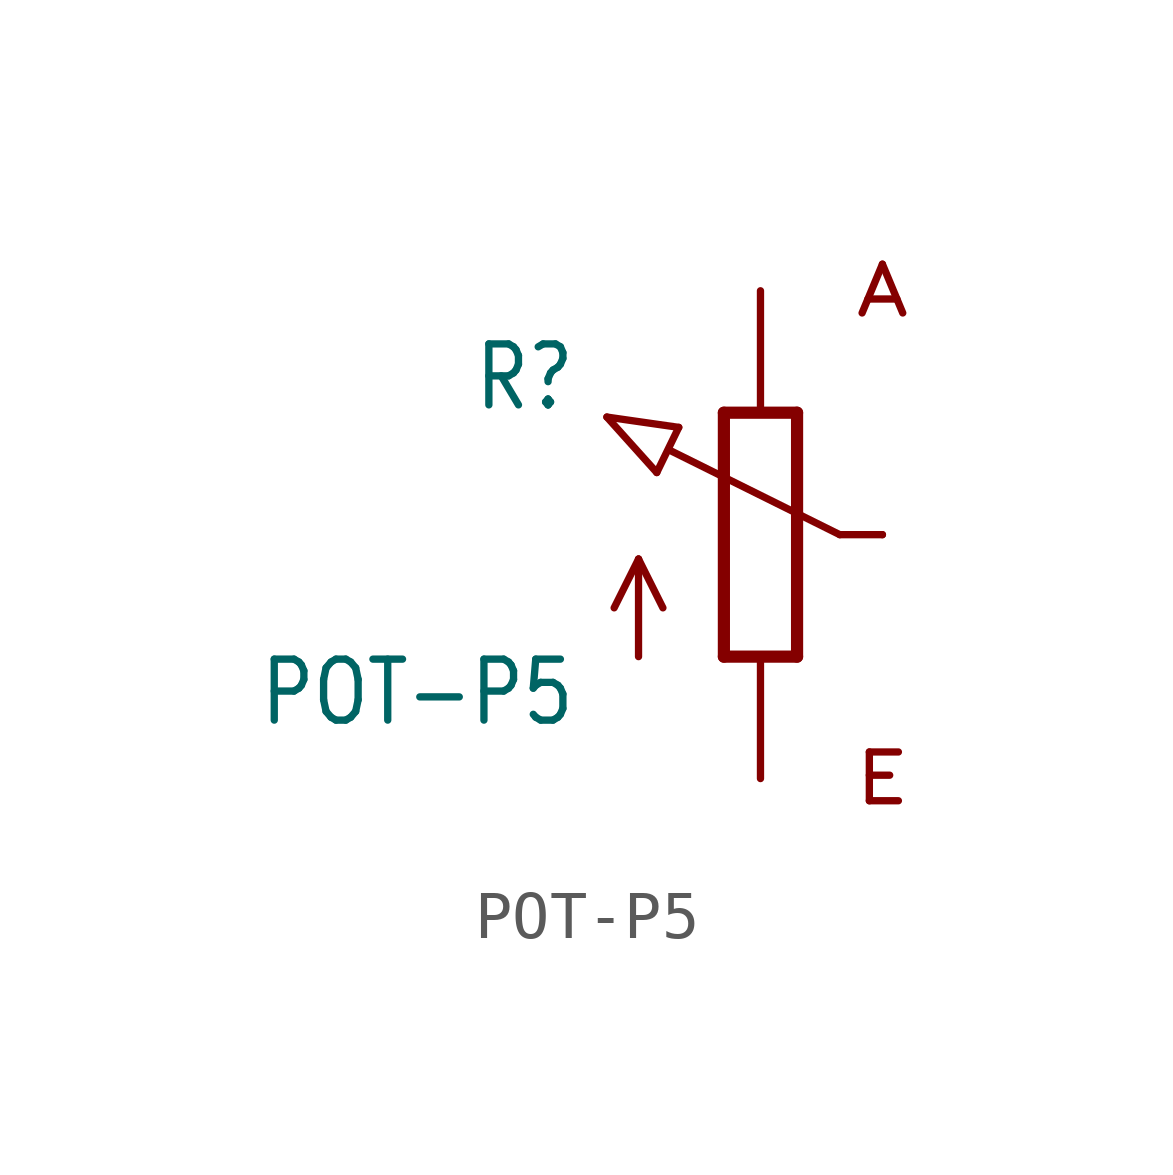
<source format=kicad_sym>
(kicad_symbol_lib
  (version 20201005)
  (generator kicad_symbol_editor)
  (symbol "POT-P5"
    (property "Reference" "R"
      (at -3.81 2.54 0)
      (effects (font (size 1.27 1.079)) (justify right bottom)))
    (property "Value" "POT-P5"
      (at -3.81 -2.54 0)
      (effects (font (size 1.27 1.079)) (justify right top)))
    (property "ki_locked" ""
      (at 0 0 0)
      (effects (font (size 1.27 1.27))))
    (symbol "POT-P5_1_0"
      (text "A" (at 2.54 5.08 0) (effects (font (size 1.016 1.27))))
      (text "E" (at 2.54 -5.08 0) (effects (font (size 1.016 1.27))))
      (polyline (pts (xy -3.199 2.45) (xy -1.702 2.235)) (stroke (width 0.152)) (fill (type none)))
      (polyline (pts (xy -2.54 -2.54) (xy -2.54 -0.508)) (stroke (width 0.152)) (fill (type none)))
      (polyline (pts (xy -2.54 -0.508) (xy -3.048 -1.524)) (stroke (width 0.152)) (fill (type none)))
      (polyline (pts (xy -2.54 -0.508) (xy -2.032 -1.524)) (stroke (width 0.152)) (fill (type none)))
      (polyline (pts (xy -2.16 1.294) (xy -3.199 2.45)) (stroke (width 0.152)) (fill (type none)))
      (polyline (pts (xy -2.16 1.294) (xy -1.702 2.235)) (stroke (width 0.152)) (fill (type none)))
      (polyline (pts (xy -0.762 -2.54) (xy 0.762 -2.54)) (stroke (width 0.254)) (fill (type none)))
      (polyline (pts (xy -0.762 2.54) (xy -0.762 -2.54)) (stroke (width 0.254)) (fill (type none)))
      (polyline (pts (xy 0.762 -2.54) (xy 0.762 2.54)) (stroke (width 0.254)) (fill (type none)))
      (polyline (pts (xy 0.762 2.54) (xy -0.762 2.54)) (stroke (width 0.254)) (fill (type none)))
      (polyline (pts (xy 1.651 0) (xy -1.88 1.753)) (stroke (width 0.152)) (fill (type none)))
      (polyline (pts (xy 2.54 0) (xy 1.651 0)) (stroke (width 0.152)) (fill (type none)))
      (pin passive line (at 0 -5.08 90) (length 2.54) (name "A" (effects (font (size 0 0)))) (number "A" (effects (font (size 0 0)))))
      (pin passive line (at 0 5.08 270) (length 2.54) (name "E" (effects (font (size 0 0)))) (number "E" (effects (font (size 0 0)))))
      (pin passive line (at 2.54 0 180) (length 0) (name "S" (effects (font (size 0 0)))) (number "S" (effects (font (size 0 0))))))))
</source>
